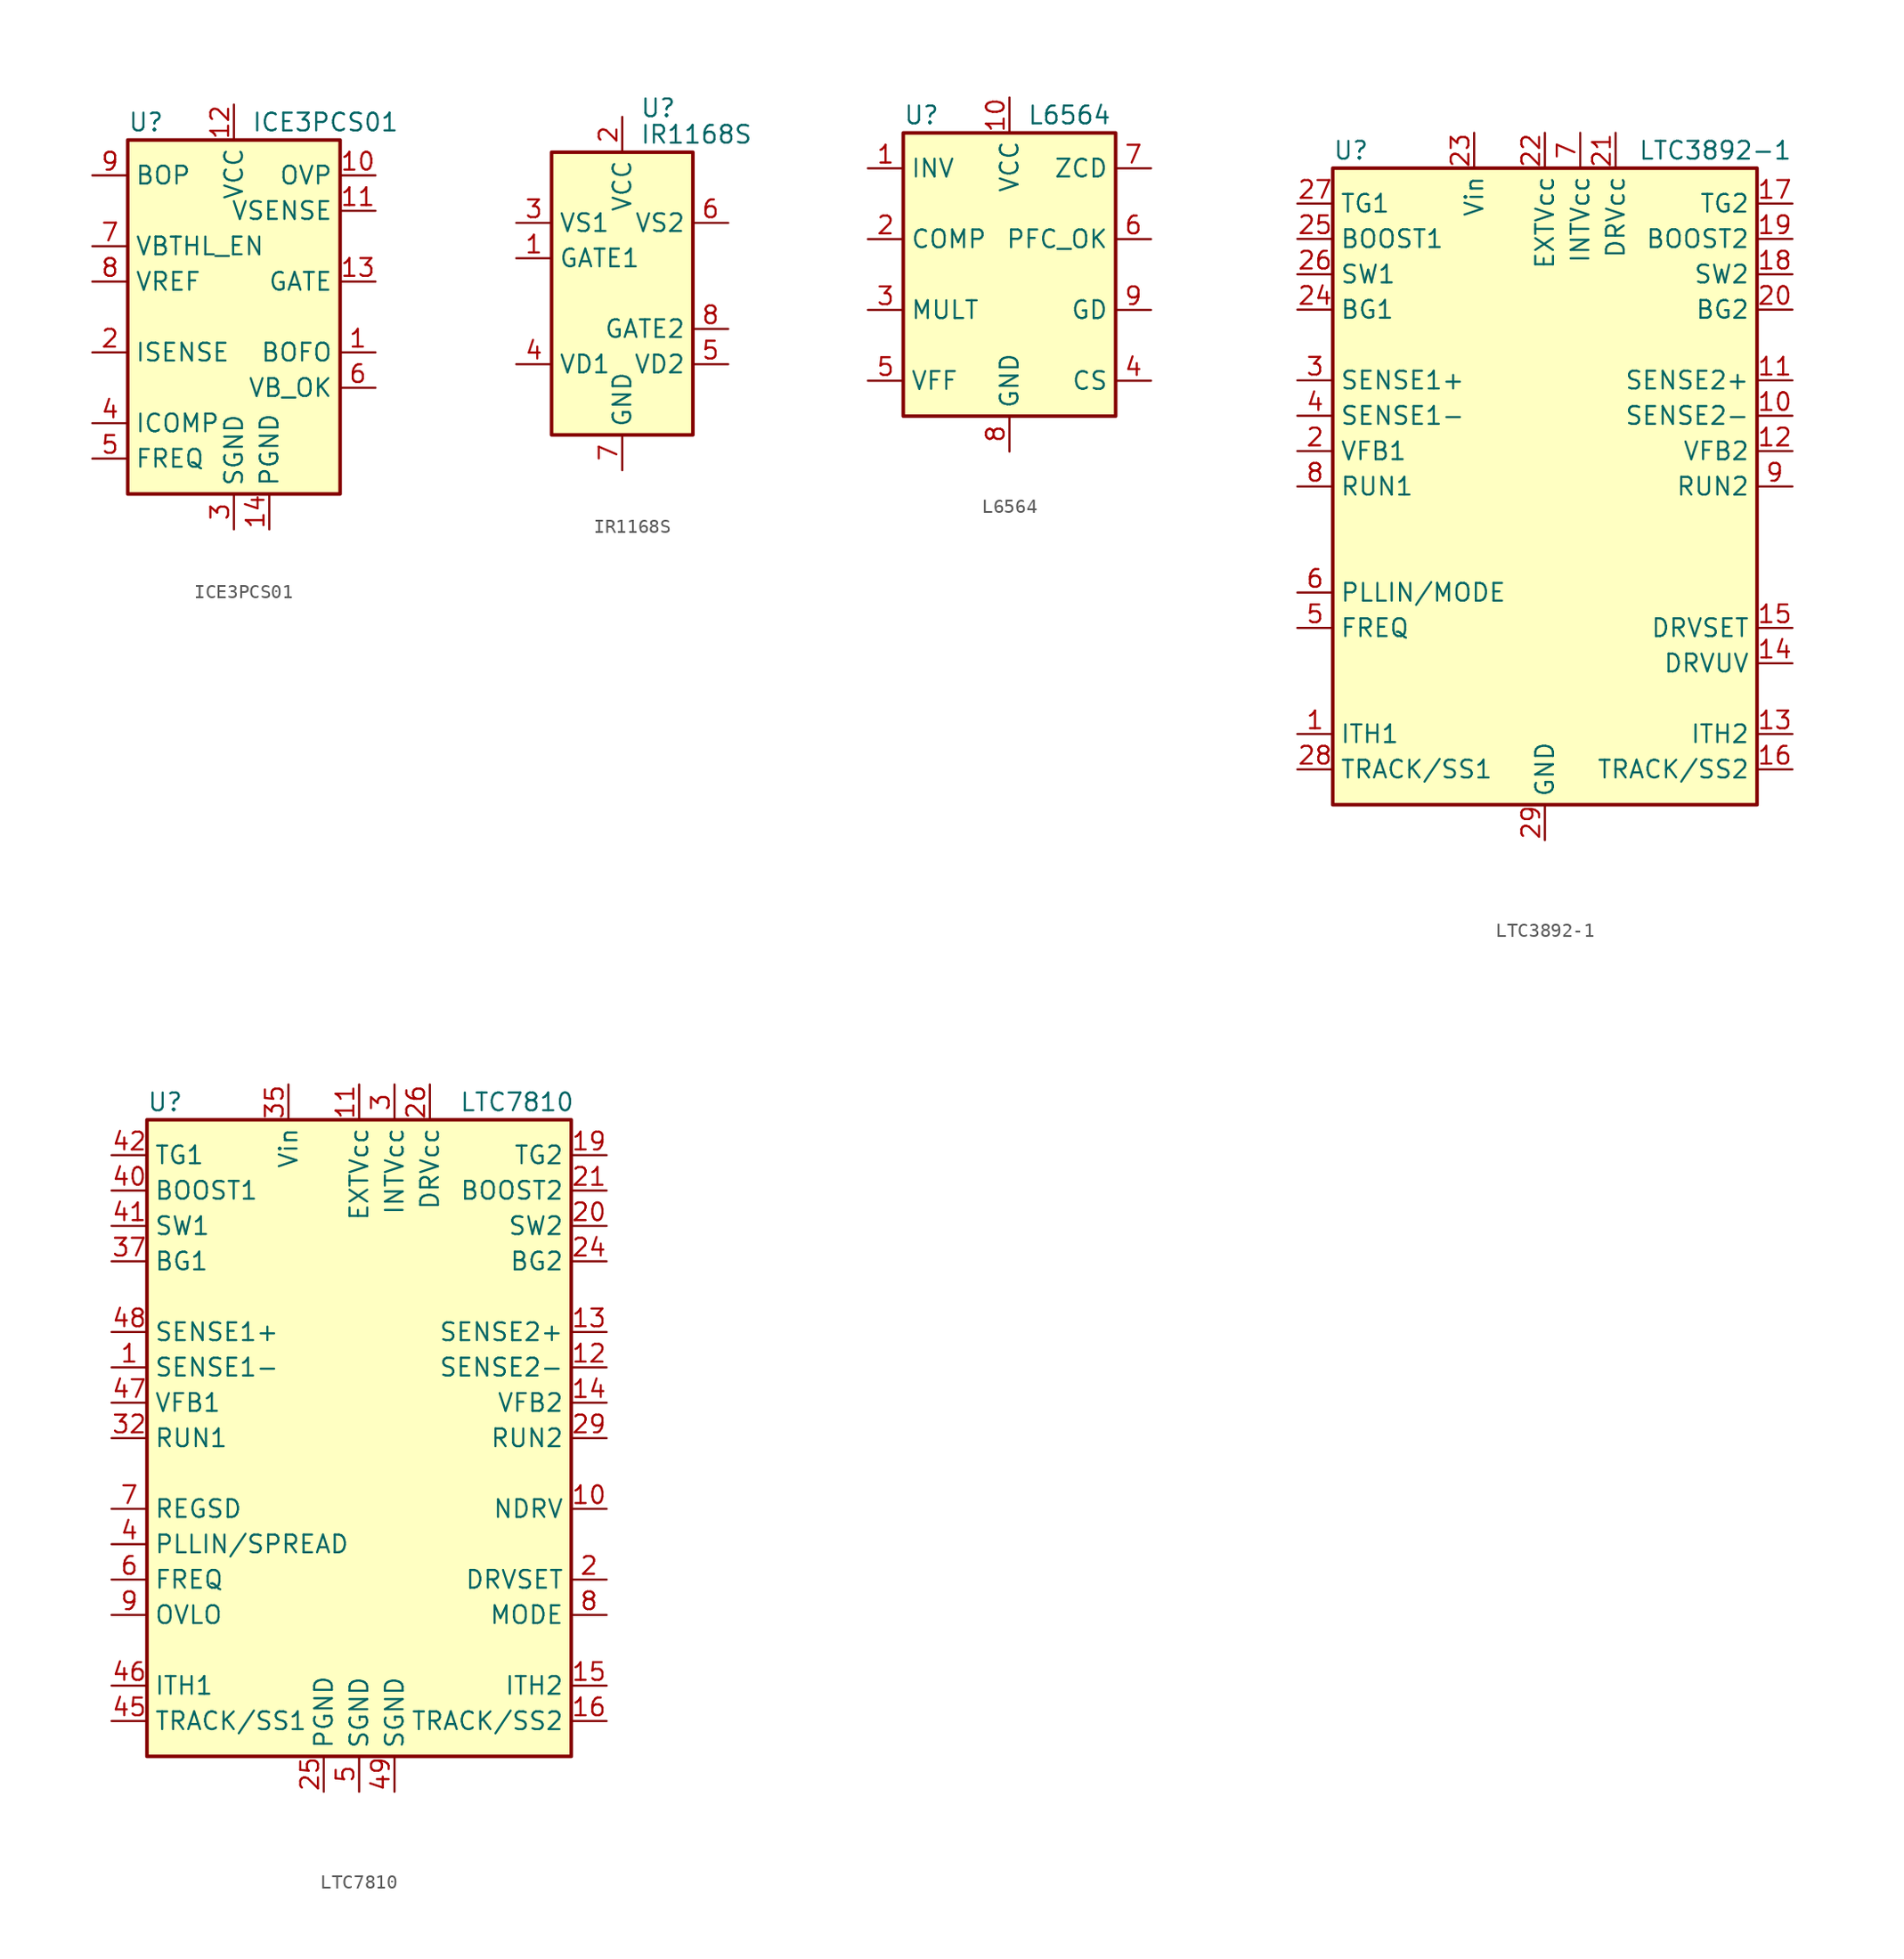
<source format=kicad_sym>
(kicad_symbol_lib
  (version 20201005)
  (generator kicad_symbol_editor)
  (symbol "Regulator_Controller:ICE3PCS01"
    (property "Reference" "U"
      (at -7.62 13.97 0)
      (effects (font (size 1.27 1.27)) (justify left)))
    (property "Value" "ICE3PCS01"
      (at 1.27 13.97 0)
      (effects (font (size 1.27 1.27)) (justify left)))
    (symbol "ICE3PCS01_0_0"
      (rectangle (start -7.62 12.7) (end 7.62 -12.7) (stroke (width 0.254)) (fill (type background))))
    (symbol "ICE3PCS01_1_1"
      (pin input line (at 10.16 -2.54 180) (length 2.54) (name "BOFO" (effects (font (size 1.27 1.27)))) (number "1" (effects (font (size 1.27 1.27)))))
      (pin input line (at 10.16 10.16 180) (length 2.54) (name "OVP" (effects (font (size 1.27 1.27)))) (number "10" (effects (font (size 1.27 1.27)))))
      (pin input line (at 10.16 7.62 180) (length 2.54) (name "VSENSE" (effects (font (size 1.27 1.27)))) (number "11" (effects (font (size 1.27 1.27)))))
      (pin power_in line (at 0 15.24 270) (length 2.54) (name "VCC" (effects (font (size 1.27 1.27)))) (number "12" (effects (font (size 1.27 1.27)))))
      (pin output line (at 10.16 2.54 180) (length 2.54) (name "GATE" (effects (font (size 1.27 1.27)))) (number "13" (effects (font (size 1.27 1.27)))))
      (pin power_in line (at 2.54 -15.24 90) (length 2.54) (name "PGND" (effects (font (size 1.27 1.27)))) (number "14" (effects (font (size 1.27 1.27)))))
      (pin input line (at -10.16 -2.54 0) (length 2.54) (name "ISENSE" (effects (font (size 1.27 1.27)))) (number "2" (effects (font (size 1.27 1.27)))))
      (pin power_in line (at 0 -15.24 90) (length 2.54) (name "SGND" (effects (font (size 1.27 1.27)))) (number "3" (effects (font (size 1.27 1.27)))))
      (pin passive line (at -10.16 -7.62 0) (length 2.54) (name "ICOMP" (effects (font (size 1.27 1.27)))) (number "4" (effects (font (size 1.27 1.27)))))
      (pin passive line (at -10.16 -10.16 0) (length 2.54) (name "FREQ" (effects (font (size 1.27 1.27)))) (number "5" (effects (font (size 1.27 1.27)))))
      (pin output line (at 10.16 -5.08 180) (length 2.54) (name "VB_OK" (effects (font (size 1.27 1.27)))) (number "6" (effects (font (size 1.27 1.27)))))
      (pin input line (at -10.16 5.08 0) (length 2.54) (name "VBTHL_EN" (effects (font (size 1.27 1.27)))) (number "7" (effects (font (size 1.27 1.27)))))
      (pin output line (at -10.16 2.54 0) (length 2.54) (name "VREF" (effects (font (size 1.27 1.27)))) (number "8" (effects (font (size 1.27 1.27)))))
      (pin input line (at -10.16 10.16 0) (length 2.54) (name "BOP" (effects (font (size 1.27 1.27)))) (number "9" (effects (font (size 1.27 1.27)))))))
  (symbol "Regulator_Controller:IR1168S"
    (property "Reference" "U"
      (at 1.27 13.335 0)
      (effects (font (size 1.27 1.27)) (justify left)))
    (property "Value" "IR1168S"
      (at 1.27 11.43 0)
      (effects (font (size 1.27 1.27)) (justify left)))
    (symbol "IR1168S_0_1"
      (rectangle (start -5.08 -10.16) (end 5.08 10.16) (stroke (width 0.254)) (fill (type background))))
    (symbol "IR1168S_1_1"
      (pin output line (at -7.62 2.54 0) (length 2.54) (name "GATE1" (effects (font (size 1.27 1.27)))) (number "1" (effects (font (size 1.27 1.27)))))
      (pin power_in line (at 0 12.7 270) (length 2.54) (name "VCC" (effects (font (size 1.27 1.27)))) (number "2" (effects (font (size 1.27 1.27)))))
      (pin input line (at -7.62 5.08 0) (length 2.54) (name "VS1" (effects (font (size 1.27 1.27)))) (number "3" (effects (font (size 1.27 1.27)))))
      (pin input line (at -7.62 -5.08 0) (length 2.54) (name "VD1" (effects (font (size 1.27 1.27)))) (number "4" (effects (font (size 1.27 1.27)))))
      (pin input line (at 7.62 -5.08 180) (length 2.54) (name "VD2" (effects (font (size 1.27 1.27)))) (number "5" (effects (font (size 1.27 1.27)))))
      (pin input line (at 7.62 5.08 180) (length 2.54) (name "VS2" (effects (font (size 1.27 1.27)))) (number "6" (effects (font (size 1.27 1.27)))))
      (pin power_in line (at 0 -12.7 90) (length 2.54) (name "GND" (effects (font (size 1.27 1.27)))) (number "7" (effects (font (size 1.27 1.27)))))
      (pin output line (at 7.62 -2.54 180) (length 2.54) (name "GATE2" (effects (font (size 1.27 1.27)))) (number "8" (effects (font (size 1.27 1.27)))))))
  (symbol "Regulator_Controller:L6564"
    (property "Reference" "U"
      (at -7.62 11.43 0)
      (effects (font (size 1.27 1.27)) (justify left)))
    (property "Value" "L6564"
      (at 1.27 11.43 0)
      (effects (font (size 1.27 1.27)) (justify left)))
    (symbol "L6564_0_0"
      (rectangle (start -7.62 10.16) (end 7.62 -10.16) (stroke (width 0.254)) (fill (type background))))
    (symbol "L6564_1_1"
      (pin input line (at -10.16 7.62 0) (length 2.54) (name "INV" (effects (font (size 1.27 1.27)))) (number "1" (effects (font (size 1.27 1.27)))))
      (pin power_in line (at 0 12.7 270) (length 2.54) (name "VCC" (effects (font (size 1.27 1.27)))) (number "10" (effects (font (size 1.27 1.27)))))
      (pin output line (at -10.16 2.54 0) (length 2.54) (name "COMP" (effects (font (size 1.27 1.27)))) (number "2" (effects (font (size 1.27 1.27)))))
      (pin input line (at -10.16 -2.54 0) (length 2.54) (name "MULT" (effects (font (size 1.27 1.27)))) (number "3" (effects (font (size 1.27 1.27)))))
      (pin input line (at 10.16 -7.62 180) (length 2.54) (name "CS" (effects (font (size 1.27 1.27)))) (number "4" (effects (font (size 1.27 1.27)))))
      (pin passive line (at -10.16 -7.62 0) (length 2.54) (name "VFF" (effects (font (size 1.27 1.27)))) (number "5" (effects (font (size 1.27 1.27)))))
      (pin input line (at 10.16 2.54 180) (length 2.54) (name "PFC_OK" (effects (font (size 1.27 1.27)))) (number "6" (effects (font (size 1.27 1.27)))))
      (pin input line (at 10.16 7.62 180) (length 2.54) (name "ZCD" (effects (font (size 1.27 1.27)))) (number "7" (effects (font (size 1.27 1.27)))))
      (pin power_in line (at 0 -12.7 90) (length 2.54) (name "GND" (effects (font (size 1.27 1.27)))) (number "8" (effects (font (size 1.27 1.27)))))
      (pin output line (at 10.16 -2.54 180) (length 2.54) (name "GD" (effects (font (size 1.27 1.27)))) (number "9" (effects (font (size 1.27 1.27)))))))
  (symbol "Regulator_Controller:LTC3892-1"
    (property "Reference" "U"
      (at -15.24 24.13 0)
      (effects (font (size 1.27 1.27)) (justify left)))
    (property "Value" "LTC3892-1"
      (at 17.78 24.13 0)
      (effects (font (size 1.27 1.27)) (justify right)))
    (symbol "LTC3892-1_0_1"
      (rectangle (start -15.24 22.86) (end 15.24 -22.86) (stroke (width 0.254)) (fill (type background))))
    (symbol "LTC3892-1_1_1"
      (pin passive line (at -17.78 -17.78 0) (length 2.54) (name "ITH1" (effects (font (size 1.27 1.27)))) (number "1" (effects (font (size 1.27 1.27)))))
      (pin input line (at 17.78 5.08 180) (length 2.54) (name "SENSE2-" (effects (font (size 1.27 1.27)))) (number "10" (effects (font (size 1.27 1.27)))))
      (pin input line (at 17.78 7.62 180) (length 2.54) (name "SENSE2+" (effects (font (size 1.27 1.27)))) (number "11" (effects (font (size 1.27 1.27)))))
      (pin input line (at 17.78 2.54 180) (length 2.54) (name "VFB2" (effects (font (size 1.27 1.27)))) (number "12" (effects (font (size 1.27 1.27)))))
      (pin passive line (at 17.78 -17.78 180) (length 2.54) (name "ITH2" (effects (font (size 1.27 1.27)))) (number "13" (effects (font (size 1.27 1.27)))))
      (pin input line (at 17.78 -12.7 180) (length 2.54) (name "DRVUV" (effects (font (size 1.27 1.27)))) (number "14" (effects (font (size 1.27 1.27)))))
      (pin input line (at 17.78 -10.16 180) (length 2.54) (name "DRVSET" (effects (font (size 1.27 1.27)))) (number "15" (effects (font (size 1.27 1.27)))))
      (pin input line (at 17.78 -20.32 180) (length 2.54) (name "TRACK/SS2" (effects (font (size 1.27 1.27)))) (number "16" (effects (font (size 1.27 1.27)))))
      (pin output line (at 17.78 20.32 180) (length 2.54) (name "TG2" (effects (font (size 1.27 1.27)))) (number "17" (effects (font (size 1.27 1.27)))))
      (pin output line (at 17.78 15.24 180) (length 2.54) (name "SW2" (effects (font (size 1.27 1.27)))) (number "18" (effects (font (size 1.27 1.27)))))
      (pin output line (at 17.78 17.78 180) (length 2.54) (name "BOOST2" (effects (font (size 1.27 1.27)))) (number "19" (effects (font (size 1.27 1.27)))))
      (pin input line (at -17.78 2.54 0) (length 2.54) (name "VFB1" (effects (font (size 1.27 1.27)))) (number "2" (effects (font (size 1.27 1.27)))))
      (pin output line (at 17.78 12.7 180) (length 2.54) (name "BG2" (effects (font (size 1.27 1.27)))) (number "20" (effects (font (size 1.27 1.27)))))
      (pin power_out line (at 5.08 25.4 270) (length 2.54) (name "DRVcc" (effects (font (size 1.27 1.27)))) (number "21" (effects (font (size 1.27 1.27)))))
      (pin power_in line (at 0 25.4 270) (length 2.54) (name "EXTVcc" (effects (font (size 1.27 1.27)))) (number "22" (effects (font (size 1.27 1.27)))))
      (pin power_in line (at -5.08 25.4 270) (length 2.54) (name "Vin" (effects (font (size 1.27 1.27)))) (number "23" (effects (font (size 1.27 1.27)))))
      (pin output line (at -17.78 12.7 0) (length 2.54) (name "BG1" (effects (font (size 1.27 1.27)))) (number "24" (effects (font (size 1.27 1.27)))))
      (pin output line (at -17.78 17.78 0) (length 2.54) (name "BOOST1" (effects (font (size 1.27 1.27)))) (number "25" (effects (font (size 1.27 1.27)))))
      (pin output line (at -17.78 15.24 0) (length 2.54) (name "SW1" (effects (font (size 1.27 1.27)))) (number "26" (effects (font (size 1.27 1.27)))))
      (pin output line (at -17.78 20.32 0) (length 2.54) (name "TG1" (effects (font (size 1.27 1.27)))) (number "27" (effects (font (size 1.27 1.27)))))
      (pin input line (at -17.78 -20.32 0) (length 2.54) (name "TRACK/SS1" (effects (font (size 1.27 1.27)))) (number "28" (effects (font (size 1.27 1.27)))))
      (pin power_in line (at 0 -25.4 90) (length 2.54) (name "GND" (effects (font (size 1.27 1.27)))) (number "29" (effects (font (size 1.27 1.27)))))
      (pin input line (at -17.78 7.62 0) (length 2.54) (name "SENSE1+" (effects (font (size 1.27 1.27)))) (number "3" (effects (font (size 1.27 1.27)))))
      (pin input line (at -17.78 5.08 0) (length 2.54) (name "SENSE1-" (effects (font (size 1.27 1.27)))) (number "4" (effects (font (size 1.27 1.27)))))
      (pin input line (at -17.78 -10.16 0) (length 2.54) (name "FREQ" (effects (font (size 1.27 1.27)))) (number "5" (effects (font (size 1.27 1.27)))))
      (pin input line (at -17.78 -7.62 0) (length 2.54) (name "PLLIN/MODE" (effects (font (size 1.27 1.27)))) (number "6" (effects (font (size 1.27 1.27)))))
      (pin power_out line (at 2.54 25.4 270) (length 2.54) (name "INTVcc" (effects (font (size 1.27 1.27)))) (number "7" (effects (font (size 1.27 1.27)))))
      (pin input line (at -17.78 0 0) (length 2.54) (name "RUN1" (effects (font (size 1.27 1.27)))) (number "8" (effects (font (size 1.27 1.27)))))
      (pin input line (at 17.78 0 180) (length 2.54) (name "RUN2" (effects (font (size 1.27 1.27)))) (number "9" (effects (font (size 1.27 1.27)))))))
  (symbol "Regulator_Controller:LTC7810"
    (property "Reference" "U"
      (at -15.24 24.13 0)
      (effects (font (size 1.27 1.27)) (justify left)))
    (property "Value" "LTC7810"
      (at 15.494 24.13 0)
      (effects (font (size 1.27 1.27)) (justify right)))
    (symbol "LTC7810_0_1"
      (rectangle (start -15.24 22.86) (end 15.24 -22.86) (stroke (width 0.254)) (fill (type background))))
    (symbol "LTC7810_1_1"
      (pin input line (at -17.78 5.08 0) (length 2.54) (name "SENSE1-" (effects (font (size 1.27 1.27)))) (number "1" (effects (font (size 1.27 1.27)))))
      (pin output line (at 17.78 -5.08 180) (length 2.54) (name "NDRV" (effects (font (size 1.27 1.27)))) (number "10" (effects (font (size 1.27 1.27)))))
      (pin power_in line (at 0 25.4 270) (length 2.54) (name "EXTVcc" (effects (font (size 1.27 1.27)))) (number "11" (effects (font (size 1.27 1.27)))))
      (pin input line (at 17.78 5.08 180) (length 2.54) (name "SENSE2-" (effects (font (size 1.27 1.27)))) (number "12" (effects (font (size 1.27 1.27)))))
      (pin input line (at 17.78 7.62 180) (length 2.54) (name "SENSE2+" (effects (font (size 1.27 1.27)))) (number "13" (effects (font (size 1.27 1.27)))))
      (pin input line (at 17.78 2.54 180) (length 2.54) (name "VFB2" (effects (font (size 1.27 1.27)))) (number "14" (effects (font (size 1.27 1.27)))))
      (pin passive line (at 17.78 -17.78 180) (length 2.54) (name "ITH2" (effects (font (size 1.27 1.27)))) (number "15" (effects (font (size 1.27 1.27)))))
      (pin input line (at 17.78 -20.32 180) (length 2.54) (name "TRACK/SS2" (effects (font (size 1.27 1.27)))) (number "16" (effects (font (size 1.27 1.27)))))
      (pin output line (at 17.78 20.32 180) (length 2.54) (name "TG2" (effects (font (size 1.27 1.27)))) (number "19" (effects (font (size 1.27 1.27)))))
      (pin input line (at 17.78 -10.16 180) (length 2.54) (name "DRVSET" (effects (font (size 1.27 1.27)))) (number "2" (effects (font (size 1.27 1.27)))))
      (pin output line (at 17.78 15.24 180) (length 2.54) (name "SW2" (effects (font (size 1.27 1.27)))) (number "20" (effects (font (size 1.27 1.27)))))
      (pin output line (at 17.78 17.78 180) (length 2.54) (name "BOOST2" (effects (font (size 1.27 1.27)))) (number "21" (effects (font (size 1.27 1.27)))))
      (pin output line (at 17.78 12.7 180) (length 2.54) (name "BG2" (effects (font (size 1.27 1.27)))) (number "24" (effects (font (size 1.27 1.27)))))
      (pin power_in line (at -2.54 -25.4 90) (length 2.54) (name "PGND" (effects (font (size 1.27 1.27)))) (number "25" (effects (font (size 1.27 1.27)))))
      (pin power_out line (at 5.08 25.4 270) (length 2.54) (name "DRVcc" (effects (font (size 1.27 1.27)))) (number "26" (effects (font (size 1.27 1.27)))))
      (pin input line (at 17.78 0 180) (length 2.54) (name "RUN2" (effects (font (size 1.27 1.27)))) (number "29" (effects (font (size 1.27 1.27)))))
      (pin power_out line (at 2.54 25.4 270) (length 2.54) (name "INTVcc" (effects (font (size 1.27 1.27)))) (number "3" (effects (font (size 1.27 1.27)))))
      (pin input line (at -17.78 0 0) (length 2.54) (name "RUN1" (effects (font (size 1.27 1.27)))) (number "32" (effects (font (size 1.27 1.27)))))
      (pin power_in line (at -5.08 25.4 270) (length 2.54) (name "Vin" (effects (font (size 1.27 1.27)))) (number "35" (effects (font (size 1.27 1.27)))))
      (pin output line (at -17.78 12.7 0) (length 2.54) (name "BG1" (effects (font (size 1.27 1.27)))) (number "37" (effects (font (size 1.27 1.27)))))
      (pin input line (at -17.78 -7.62 0) (length 2.54) (name "PLLIN/SPREAD" (effects (font (size 1.27 1.27)))) (number "4" (effects (font (size 1.27 1.27)))))
      (pin output line (at -17.78 17.78 0) (length 2.54) (name "BOOST1" (effects (font (size 1.27 1.27)))) (number "40" (effects (font (size 1.27 1.27)))))
      (pin output line (at -17.78 15.24 0) (length 2.54) (name "SW1" (effects (font (size 1.27 1.27)))) (number "41" (effects (font (size 1.27 1.27)))))
      (pin output line (at -17.78 20.32 0) (length 2.54) (name "TG1" (effects (font (size 1.27 1.27)))) (number "42" (effects (font (size 1.27 1.27)))))
      (pin input line (at -17.78 -20.32 0) (length 2.54) (name "TRACK/SS1" (effects (font (size 1.27 1.27)))) (number "45" (effects (font (size 1.27 1.27)))))
      (pin passive line (at -17.78 -17.78 0) (length 2.54) (name "ITH1" (effects (font (size 1.27 1.27)))) (number "46" (effects (font (size 1.27 1.27)))))
      (pin input line (at -17.78 2.54 0) (length 2.54) (name "VFB1" (effects (font (size 1.27 1.27)))) (number "47" (effects (font (size 1.27 1.27)))))
      (pin input line (at -17.78 7.62 0) (length 2.54) (name "SENSE1+" (effects (font (size 1.27 1.27)))) (number "48" (effects (font (size 1.27 1.27)))))
      (pin power_in line (at 2.54 -25.4 90) (length 2.54) (name "SGND" (effects (font (size 1.27 1.27)))) (number "49" (effects (font (size 1.27 1.27)))))
      (pin power_in line (at 0 -25.4 90) (length 2.54) (name "SGND" (effects (font (size 1.27 1.27)))) (number "5" (effects (font (size 1.27 1.27)))))
      (pin input line (at -17.78 -10.16 0) (length 2.54) (name "FREQ" (effects (font (size 1.27 1.27)))) (number "6" (effects (font (size 1.27 1.27)))))
      (pin passive line (at -17.78 -5.08 0) (length 2.54) (name "REGSD" (effects (font (size 1.27 1.27)))) (number "7" (effects (font (size 1.27 1.27)))))
      (pin input line (at 17.78 -12.7 180) (length 2.54) (name "MODE" (effects (font (size 1.27 1.27)))) (number "8" (effects (font (size 1.27 1.27)))))
      (pin input line (at -17.78 -12.7 0) (length 2.54) (name "OVLO" (effects (font (size 1.27 1.27)))) (number "9" (effects (font (size 1.27 1.27))))))))
</source>
